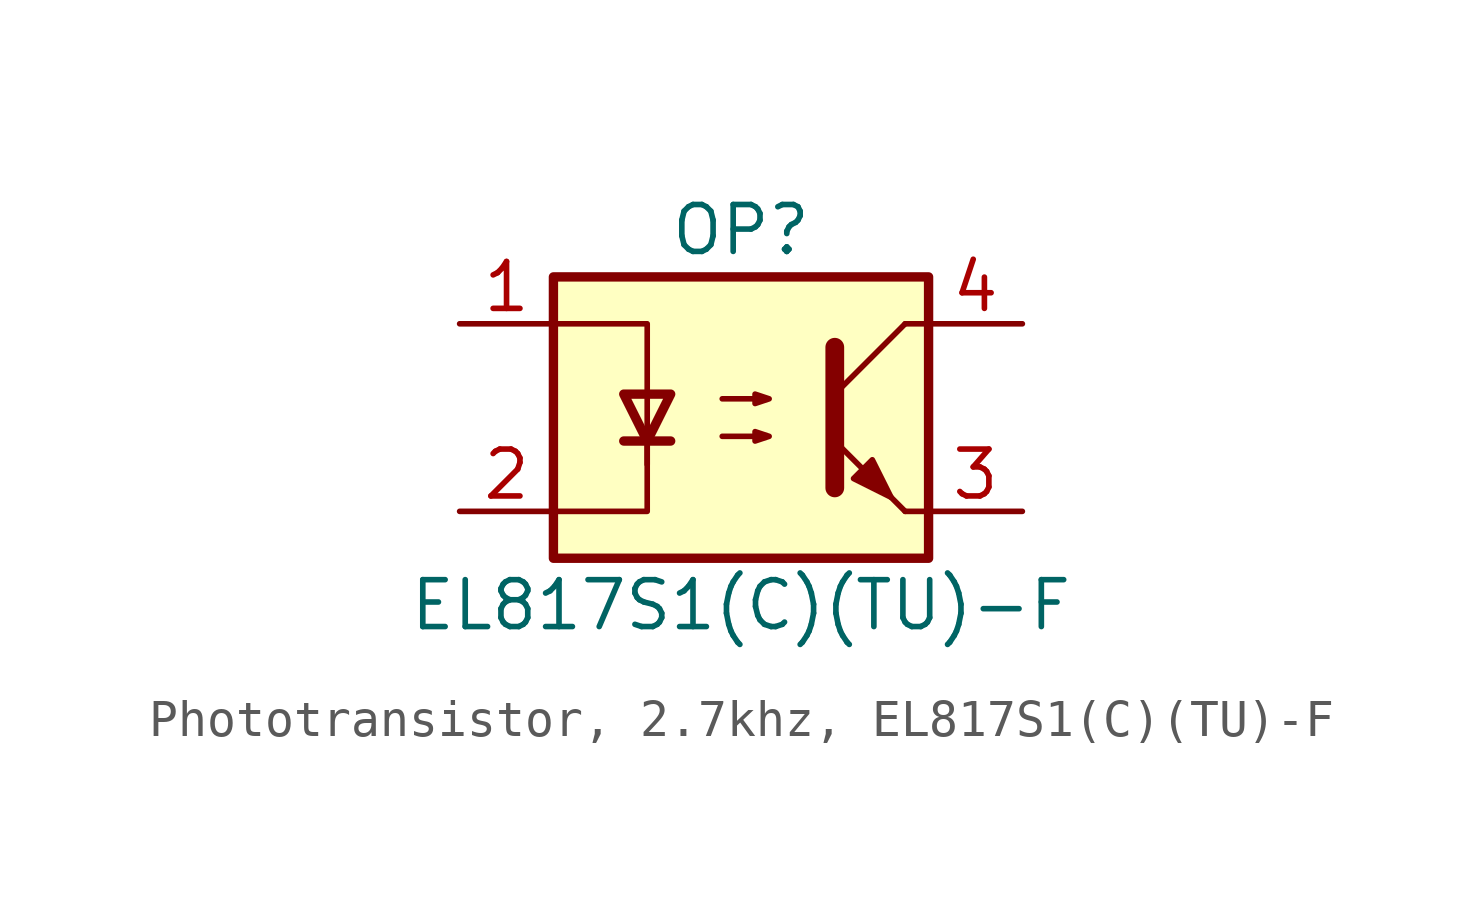
<source format=kicad_sym>
(kicad_symbol_lib
  (version 20231120)
  (generator "CDFER_Archive_Tool")
  (generator_version "0.0")
  (symbol "Phototransistor, 2.7khz, EL817S1(C)(TU)-F"
    (property "Reference" "OP"
      (at 0 5.08 0)
      (effects (font (size 1.27 1.27))))
    (property "Value" "EL817S1(C)(TU)-F"
      (at 0 -5.08 0)
      (effects (font (size 1.27 1.27))))
    (symbol "Phototransistor, 2.7khz, EL817S1(C)(TU)-F_0_1"
      (rectangle (start -5.08 3.81) (end 5.08 -3.81) (stroke (width 0.254) (type default)) (fill (type background)))
      (polyline (pts (xy -3.175 -0.635) (xy -1.905 -0.635)) (stroke (width 0.254) (type default)) (fill (type none)))
      (polyline (pts (xy 2.54 0.635) (xy 4.445 2.54)) (stroke (width 0) (type default)) (fill (type none)))
      (polyline (pts (xy 4.445 -2.54) (xy 2.54 -0.635)) (stroke (width 0) (type default)) (fill (type outline)))
      (polyline (pts (xy 4.445 -2.54) (xy 5.08 -2.54)) (stroke (width 0) (type default)) (fill (type none)))
      (polyline (pts (xy 4.445 2.54) (xy 5.08 2.54)) (stroke (width 0) (type default)) (fill (type none)))
      (polyline (pts (xy -2.54 -0.635) (xy -2.54 -2.54) (xy -5.08 -2.54)) (stroke (width 0) (type default)) (fill (type none)))
      (polyline (pts (xy 2.54 1.905) (xy 2.54 -1.905) (xy 2.54 -1.905)) (stroke (width 0.508) (type default)) (fill (type none)))
      (polyline (pts (xy -5.08 2.54) (xy -2.54 2.54) (xy -2.54 -1.27) (xy -2.54 0.635)) (stroke (width 0) (type default)) (fill (type none)))
      (polyline (pts (xy -2.54 -0.635) (xy -3.175 0.635) (xy -1.905 0.635) (xy -2.54 -0.635)) (stroke (width 0.254) (type default)) (fill (type none)))
      (polyline (pts (xy -0.508 -0.508) (xy 0.762 -0.508) (xy 0.381 -0.635) (xy 0.381 -0.381) (xy 0.762 -0.508)) (stroke (width 0) (type default)) (fill (type none)))
      (polyline (pts (xy -0.508 0.508) (xy 0.762 0.508) (xy 0.381 0.381) (xy 0.381 0.635) (xy 0.762 0.508)) (stroke (width 0) (type default)) (fill (type none)))
      (polyline (pts (xy 3.048 -1.651) (xy 3.556 -1.143) (xy 4.064 -2.159) (xy 3.048 -1.651) (xy 3.048 -1.651)) (stroke (width 0) (type default)) (fill (type outline))))
    (symbol "Phototransistor, 2.7khz, EL817S1(C)(TU)-F_1_1"
      (pin passive line (at -7.62 2.54 0) (length 2.54) (name "~" (effects (font (size 1.27 1.27)))) (number "1" (effects (font (size 1.27 1.27)))))
      (pin passive line (at -7.62 -2.54 0) (length 2.54) (name "~" (effects (font (size 1.27 1.27)))) (number "2" (effects (font (size 1.27 1.27)))))
      (pin passive line (at 7.62 -2.54 180) (length 2.54) (name "~" (effects (font (size 1.27 1.27)))) (number "3" (effects (font (size 1.27 1.27)))))
      (pin passive line (at 7.62 2.54 180) (length 2.54) (name "~" (effects (font (size 1.27 1.27)))) (number "4" (effects (font (size 1.27 1.27))))))))
</source>
